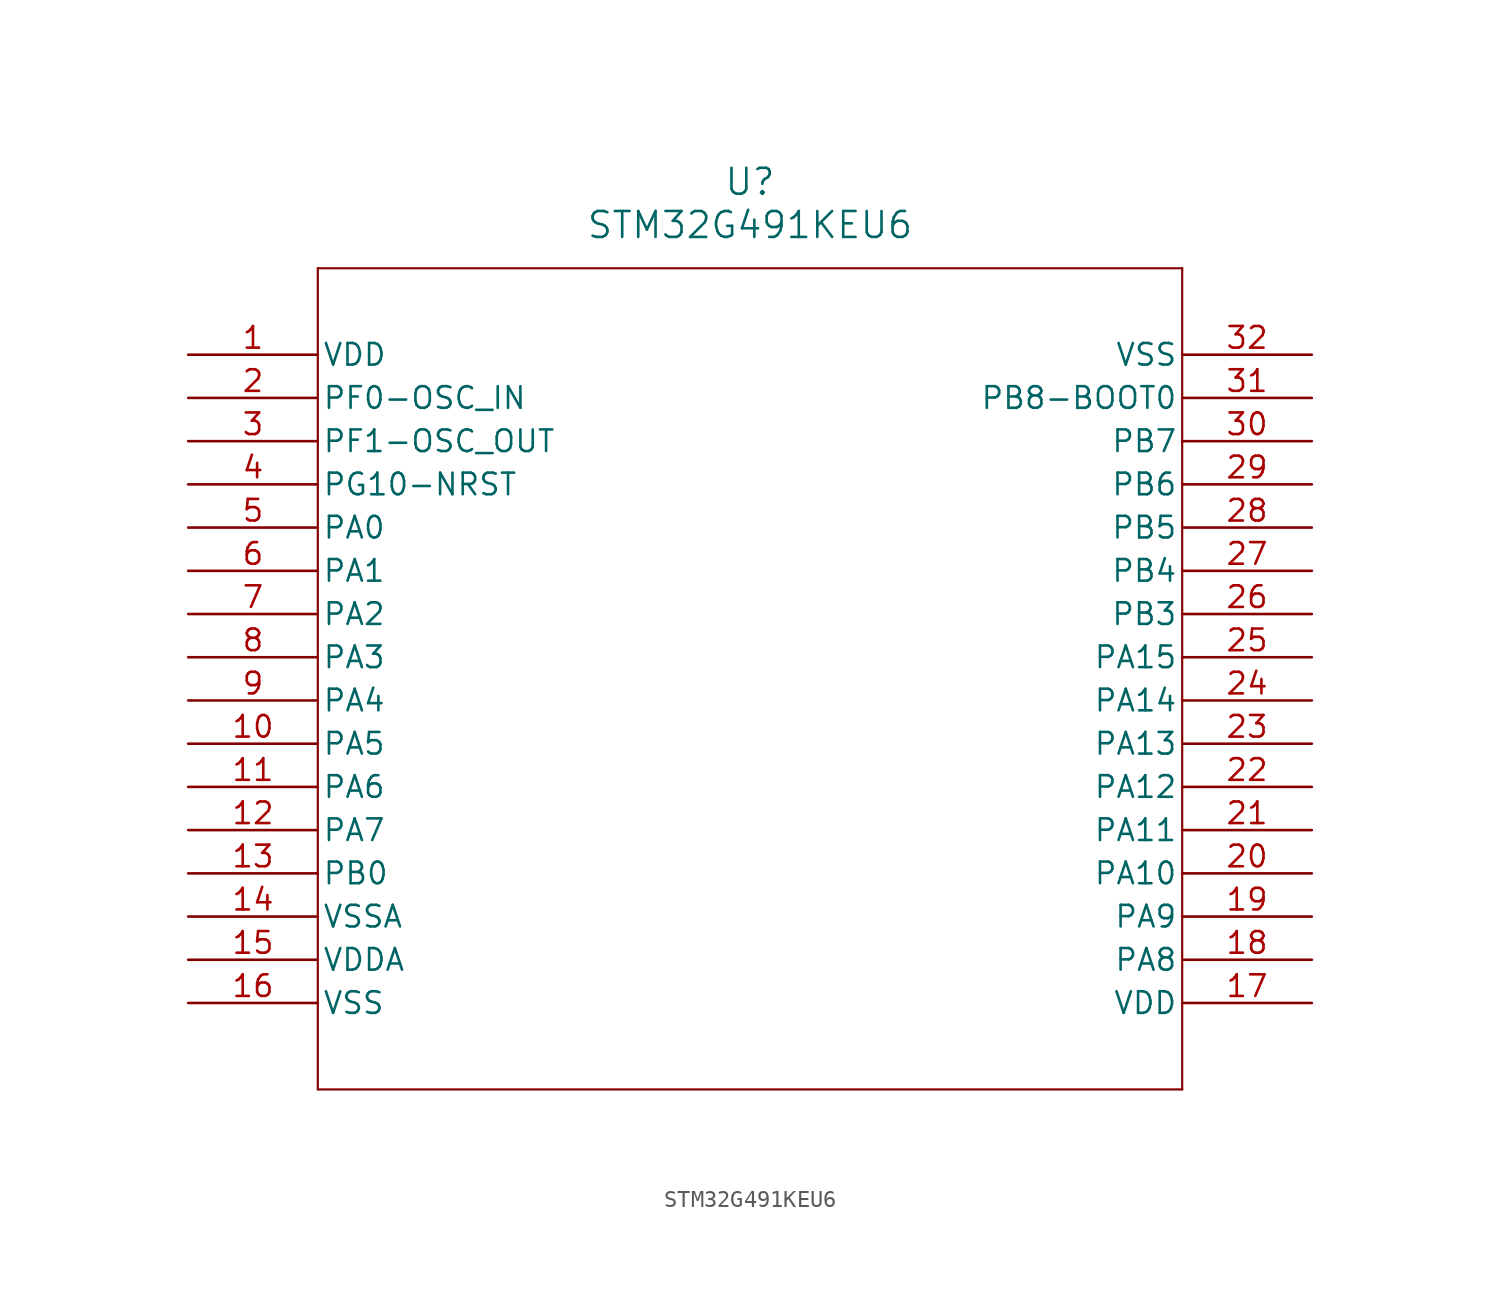
<source format=kicad_sym>
(kicad_symbol_lib
  (version 20211014)
  (generator kicad_symbol_editor)
  (symbol "STM32G491KEU6"
    (pin_names
      (offset 0.254))
    (property "Reference" "U"
      (at 33.02 10.16 0)
      (effects (font (size 1.524 1.524))))
    (property "Value" "STM32G491KEU6"
      (at 33.02 7.62 0)
      (effects (font (size 1.524 1.524))))
    (symbol "STM32G491KEU6_0_1"
      (polyline (pts (xy 7.62 5.08) (xy 7.62 -43.18)) (stroke (width 0.127) (type default) (color 0 0 0 0)) (fill (type none)))
      (polyline (pts (xy 7.62 -43.18) (xy 58.42 -43.18)) (stroke (width 0.127) (type default) (color 0 0 0 0)) (fill (type none)))
      (polyline (pts (xy 58.42 -43.18) (xy 58.42 5.08)) (stroke (width 0.127) (type default) (color 0 0 0 0)) (fill (type none)))
      (polyline (pts (xy 58.42 5.08) (xy 7.62 5.08)) (stroke (width 0.127) (type default) (color 0 0 0 0)) (fill (type none)))
      (pin power_in line (at 0 0 0) (length 7.62) (name "VDD" (effects (font (size 1.27 1.27)))) (number "1" (effects (font (size 1.27 1.27)))))
      (pin bidirectional line (at 0 -2.54 0) (length 7.62) (name "PF0-OSC_IN" (effects (font (size 1.27 1.27)))) (number "2" (effects (font (size 1.27 1.27)))))
      (pin output line (at 0 -5.08 0) (length 7.62) (name "PF1-OSC_OUT" (effects (font (size 1.27 1.27)))) (number "3" (effects (font (size 1.27 1.27)))))
      (pin unspecified line (at 0 -7.62 0) (length 7.62) (name "PG10-NRST" (effects (font (size 1.27 1.27)))) (number "4" (effects (font (size 1.27 1.27)))))
      (pin bidirectional line (at 0 -10.16 0) (length 7.62) (name "PA0" (effects (font (size 1.27 1.27)))) (number "5" (effects (font (size 1.27 1.27)))))
      (pin bidirectional line (at 0 -12.7 0) (length 7.62) (name "PA1" (effects (font (size 1.27 1.27)))) (number "6" (effects (font (size 1.27 1.27)))))
      (pin bidirectional line (at 0 -15.24 0) (length 7.62) (name "PA2" (effects (font (size 1.27 1.27)))) (number "7" (effects (font (size 1.27 1.27)))))
      (pin bidirectional line (at 0 -17.78 0) (length 7.62) (name "PA3" (effects (font (size 1.27 1.27)))) (number "8" (effects (font (size 1.27 1.27)))))
      (pin bidirectional line (at 0 -20.32 0) (length 7.62) (name "PA4" (effects (font (size 1.27 1.27)))) (number "9" (effects (font (size 1.27 1.27)))))
      (pin bidirectional line (at 0 -22.86 0) (length 7.62) (name "PA5" (effects (font (size 1.27 1.27)))) (number "10" (effects (font (size 1.27 1.27)))))
      (pin bidirectional line (at 0 -25.4 0) (length 7.62) (name "PA6" (effects (font (size 1.27 1.27)))) (number "11" (effects (font (size 1.27 1.27)))))
      (pin bidirectional line (at 0 -27.94 0) (length 7.62) (name "PA7" (effects (font (size 1.27 1.27)))) (number "12" (effects (font (size 1.27 1.27)))))
      (pin bidirectional line (at 0 -30.48 0) (length 7.62) (name "PB0" (effects (font (size 1.27 1.27)))) (number "13" (effects (font (size 1.27 1.27)))))
      (pin power_in line (at 0 -33.02 0) (length 7.62) (name "VSSA" (effects (font (size 1.27 1.27)))) (number "14" (effects (font (size 1.27 1.27)))))
      (pin power_in line (at 0 -35.56 0) (length 7.62) (name "VDDA" (effects (font (size 1.27 1.27)))) (number "15" (effects (font (size 1.27 1.27)))))
      (pin power_in line (at 0 -38.1 0) (length 7.62) (name "VSS" (effects (font (size 1.27 1.27)))) (number "16" (effects (font (size 1.27 1.27)))))
      (pin power_in line (at 66.04 -38.1 180) (length 7.62) (name "VDD" (effects (font (size 1.27 1.27)))) (number "17" (effects (font (size 1.27 1.27)))))
      (pin bidirectional line (at 66.04 -35.56 180) (length 7.62) (name "PA8" (effects (font (size 1.27 1.27)))) (number "18" (effects (font (size 1.27 1.27)))))
      (pin bidirectional line (at 66.04 -33.02 180) (length 7.62) (name "PA9" (effects (font (size 1.27 1.27)))) (number "19" (effects (font (size 1.27 1.27)))))
      (pin bidirectional line (at 66.04 -30.48 180) (length 7.62) (name "PA10" (effects (font (size 1.27 1.27)))) (number "20" (effects (font (size 1.27 1.27)))))
      (pin bidirectional line (at 66.04 -27.94 180) (length 7.62) (name "PA11" (effects (font (size 1.27 1.27)))) (number "21" (effects (font (size 1.27 1.27)))))
      (pin bidirectional line (at 66.04 -25.4 180) (length 7.62) (name "PA12" (effects (font (size 1.27 1.27)))) (number "22" (effects (font (size 1.27 1.27)))))
      (pin bidirectional line (at 66.04 -22.86 180) (length 7.62) (name "PA13" (effects (font (size 1.27 1.27)))) (number "23" (effects (font (size 1.27 1.27)))))
      (pin bidirectional line (at 66.04 -20.32 180) (length 7.62) (name "PA14" (effects (font (size 1.27 1.27)))) (number "24" (effects (font (size 1.27 1.27)))))
      (pin bidirectional line (at 66.04 -17.78 180) (length 7.62) (name "PA15" (effects (font (size 1.27 1.27)))) (number "25" (effects (font (size 1.27 1.27)))))
      (pin bidirectional line (at 66.04 -15.24 180) (length 7.62) (name "PB3" (effects (font (size 1.27 1.27)))) (number "26" (effects (font (size 1.27 1.27)))))
      (pin bidirectional line (at 66.04 -12.7 180) (length 7.62) (name "PB4" (effects (font (size 1.27 1.27)))) (number "27" (effects (font (size 1.27 1.27)))))
      (pin bidirectional line (at 66.04 -10.16 180) (length 7.62) (name "PB5" (effects (font (size 1.27 1.27)))) (number "28" (effects (font (size 1.27 1.27)))))
      (pin bidirectional line (at 66.04 -7.62 180) (length 7.62) (name "PB6" (effects (font (size 1.27 1.27)))) (number "29" (effects (font (size 1.27 1.27)))))
      (pin bidirectional line (at 66.04 -5.08 180) (length 7.62) (name "PB7" (effects (font (size 1.27 1.27)))) (number "30" (effects (font (size 1.27 1.27)))))
      (pin bidirectional line (at 66.04 -2.54 180) (length 7.62) (name "PB8-BOOT0" (effects (font (size 1.27 1.27)))) (number "31" (effects (font (size 1.27 1.27)))))
      (pin power_out line (at 66.04 0 180) (length 7.62) (name "VSS" (effects (font (size 1.27 1.27)))) (number "32" (effects (font (size 1.27 1.27))))))))
</source>
